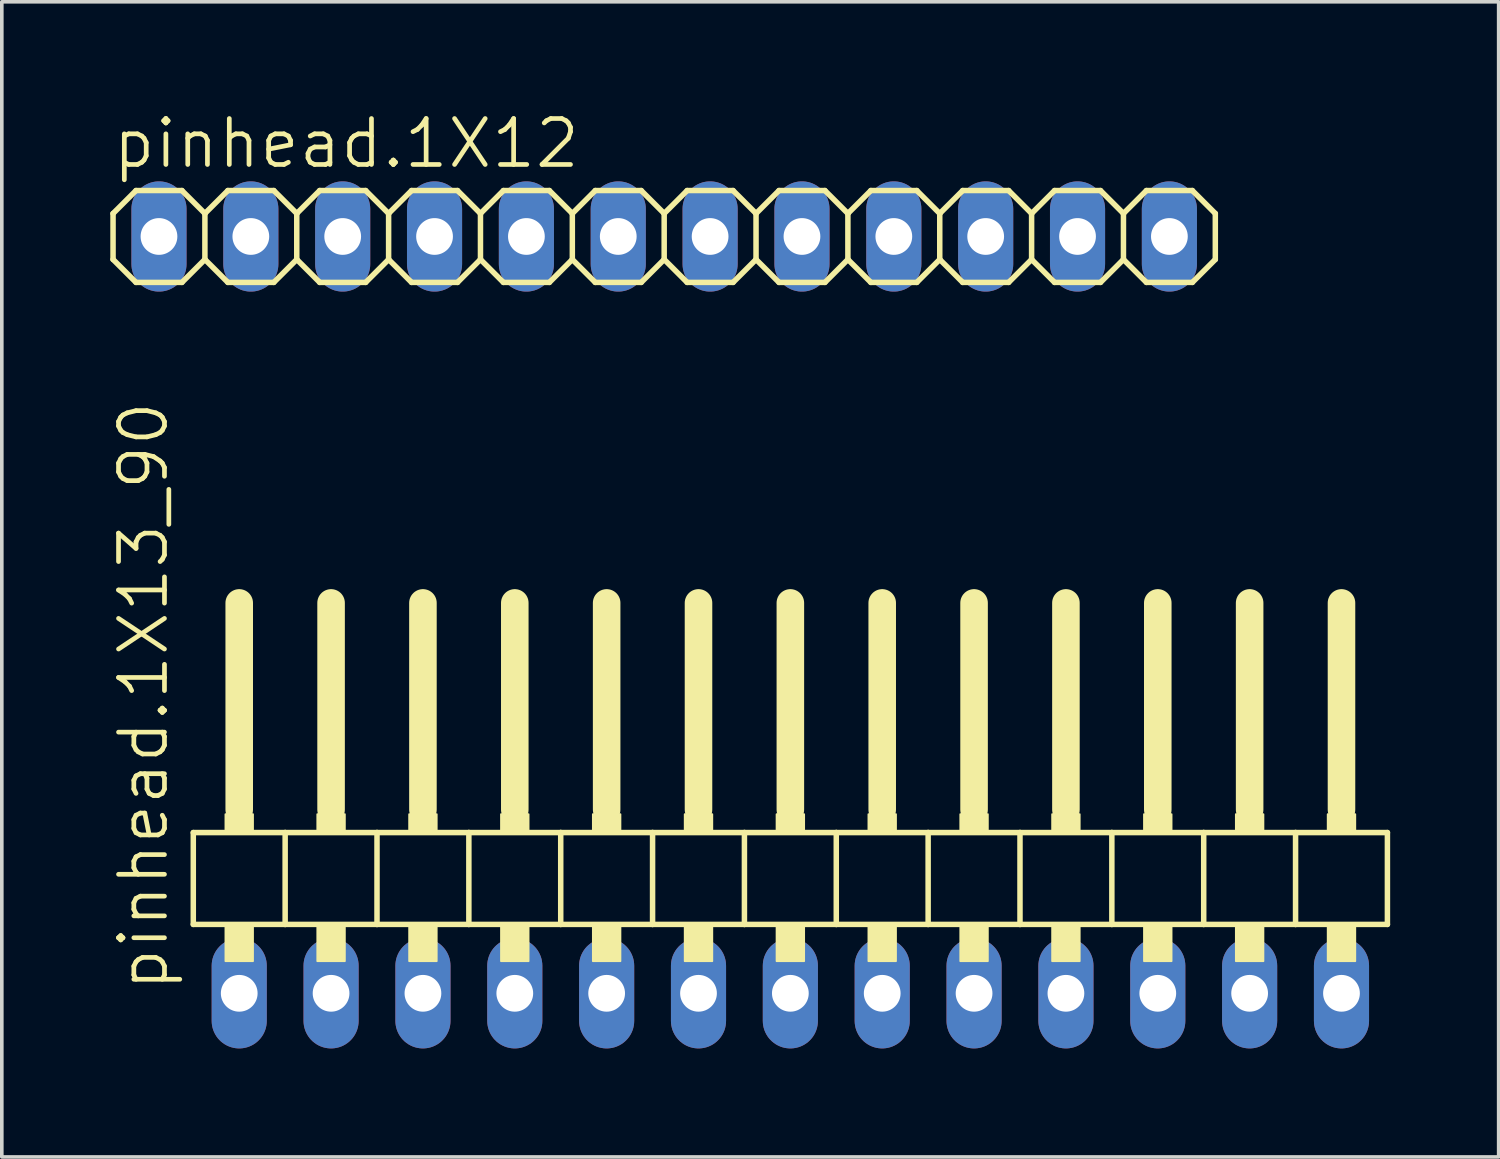
<source format=kicad_pcb>
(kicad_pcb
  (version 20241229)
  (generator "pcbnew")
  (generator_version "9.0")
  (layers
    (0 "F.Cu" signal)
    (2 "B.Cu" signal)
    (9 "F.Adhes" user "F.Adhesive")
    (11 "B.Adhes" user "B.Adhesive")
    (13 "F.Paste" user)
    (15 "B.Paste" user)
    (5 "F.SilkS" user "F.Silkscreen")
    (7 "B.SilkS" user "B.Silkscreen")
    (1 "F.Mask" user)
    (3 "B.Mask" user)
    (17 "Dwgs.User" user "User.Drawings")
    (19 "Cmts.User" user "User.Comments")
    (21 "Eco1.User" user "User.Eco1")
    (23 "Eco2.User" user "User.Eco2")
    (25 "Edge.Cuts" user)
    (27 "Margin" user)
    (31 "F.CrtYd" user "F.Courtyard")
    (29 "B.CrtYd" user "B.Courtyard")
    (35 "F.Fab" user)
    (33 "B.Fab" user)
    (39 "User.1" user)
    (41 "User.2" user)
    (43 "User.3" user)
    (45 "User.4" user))
  (footprint "pinhead.1X12"
    (layer "F.Cu")
    (at 15.316 3.489)
    (property "Reference" "pinhead.1X12" (at -15.316 -1.829 0) (layer "F.SilkS") (effects (font (size 1.27 1.27) (thickness 0.13)) (justify left bottom)))
    (attr through_hole)
    (fp_line (start -15.24 -0.635) (end -15.24 0.635) (stroke (width 0.152) (type default)) (layer "F.SilkS"))
    (fp_line (start -15.24 0.635) (end -14.605 1.27) (stroke (width 0.152) (type default)) (layer "F.SilkS"))
    (fp_line (start -14.605 -1.27) (end -15.24 -0.635) (stroke (width 0.152) (type default)) (layer "F.SilkS"))
    (fp_line (start -14.605 -1.27) (end -13.335 -1.27) (stroke (width 0.152) (type default)) (layer "F.SilkS"))
    (fp_line (start -13.335 -1.27) (end -12.7 -0.635) (stroke (width 0.152) (type default)) (layer "F.SilkS"))
    (fp_line (start -13.335 1.27) (end -14.605 1.27) (stroke (width 0.152) (type default)) (layer "F.SilkS"))
    (fp_line (start -12.7 -0.635) (end -12.7 0.635) (stroke (width 0.152) (type default)) (layer "F.SilkS"))
    (fp_line (start -12.7 -0.635) (end -12.065 -1.27) (stroke (width 0.152) (type default)) (layer "F.SilkS"))
    (fp_line (start -12.7 0.635) (end -13.335 1.27) (stroke (width 0.152) (type default)) (layer "F.SilkS"))
    (fp_line (start -12.065 -1.27) (end -10.795 -1.27) (stroke (width 0.152) (type default)) (layer "F.SilkS"))
    (fp_line (start -12.065 1.27) (end -12.7 0.635) (stroke (width 0.152) (type default)) (layer "F.SilkS"))
    (fp_line (start -10.795 -1.27) (end -10.16 -0.635) (stroke (width 0.152) (type default)) (layer "F.SilkS"))
    (fp_line (start -10.795 1.27) (end -12.065 1.27) (stroke (width 0.152) (type default)) (layer "F.SilkS"))
    (fp_line (start -10.16 -0.635) (end -10.16 0.635) (stroke (width 0.152) (type default)) (layer "F.SilkS"))
    (fp_line (start -10.16 -0.635) (end -9.525 -1.27) (stroke (width 0.152) (type default)) (layer "F.SilkS"))
    (fp_line (start -10.16 0.635) (end -10.795 1.27) (stroke (width 0.152) (type default)) (layer "F.SilkS"))
    (fp_line (start -9.525 -1.27) (end -8.255 -1.27) (stroke (width 0.152) (type default)) (layer "F.SilkS"))
    (fp_line (start -9.525 1.27) (end -10.16 0.635) (stroke (width 0.152) (type default)) (layer "F.SilkS"))
    (fp_line (start -8.255 -1.27) (end -7.62 -0.635) (stroke (width 0.152) (type default)) (layer "F.SilkS"))
    (fp_line (start -8.255 1.27) (end -9.525 1.27) (stroke (width 0.152) (type default)) (layer "F.SilkS"))
    (fp_line (start -7.62 -0.635) (end -7.62 0.635) (stroke (width 0.152) (type default)) (layer "F.SilkS"))
    (fp_line (start -7.62 0.635) (end -8.255 1.27) (stroke (width 0.152) (type default)) (layer "F.SilkS"))
    (fp_line (start -7.62 0.635) (end -6.985 1.27) (stroke (width 0.152) (type default)) (layer "F.SilkS"))
    (fp_line (start -6.985 -1.27) (end -7.62 -0.635) (stroke (width 0.152) (type default)) (layer "F.SilkS"))
    (fp_line (start -6.985 -1.27) (end -5.715 -1.27) (stroke (width 0.152) (type default)) (layer "F.SilkS"))
    (fp_line (start -5.715 -1.27) (end -5.08 -0.635) (stroke (width 0.152) (type default)) (layer "F.SilkS"))
    (fp_line (start -5.715 1.27) (end -6.985 1.27) (stroke (width 0.152) (type default)) (layer "F.SilkS"))
    (fp_line (start -5.08 -0.635) (end -5.08 0.635) (stroke (width 0.152) (type default)) (layer "F.SilkS"))
    (fp_line (start -5.08 -0.635) (end -4.445 -1.27) (stroke (width 0.152) (type default)) (layer "F.SilkS"))
    (fp_line (start -5.08 0.635) (end -5.715 1.27) (stroke (width 0.152) (type default)) (layer "F.SilkS"))
    (fp_line (start -4.445 -1.27) (end -3.175 -1.27) (stroke (width 0.152) (type default)) (layer "F.SilkS"))
    (fp_line (start -4.445 1.27) (end -5.08 0.635) (stroke (width 0.152) (type default)) (layer "F.SilkS"))
    (fp_line (start -3.175 -1.27) (end -2.54 -0.635) (stroke (width 0.152) (type default)) (layer "F.SilkS"))
    (fp_line (start -3.175 1.27) (end -4.445 1.27) (stroke (width 0.152) (type default)) (layer "F.SilkS"))
    (fp_line (start -2.54 -0.635) (end -2.54 0.635) (stroke (width 0.152) (type default)) (layer "F.SilkS"))
    (fp_line (start -2.54 -0.635) (end -1.905 -1.27) (stroke (width 0.152) (type default)) (layer "F.SilkS"))
    (fp_line (start -2.54 0.635) (end -3.175 1.27) (stroke (width 0.152) (type default)) (layer "F.SilkS"))
    (fp_line (start -1.905 -1.27) (end -0.635 -1.27) (stroke (width 0.152) (type default)) (layer "F.SilkS"))
    (fp_line (start -1.905 1.27) (end -2.54 0.635) (stroke (width 0.152) (type default)) (layer "F.SilkS"))
    (fp_line (start -0.635 -1.27) (end 0 -0.635) (stroke (width 0.152) (type default)) (layer "F.SilkS"))
    (fp_line (start -0.635 1.27) (end -1.905 1.27) (stroke (width 0.152) (type default)) (layer "F.SilkS"))
    (fp_line (start 0 -0.635) (end 0 0.635) (stroke (width 0.152) (type default)) (layer "F.SilkS"))
    (fp_line (start 0 0.635) (end -0.635 1.27) (stroke (width 0.152) (type default)) (layer "F.SilkS"))
    (fp_line (start 0 0.635) (end 0.635 1.27) (stroke (width 0.152) (type default)) (layer "F.SilkS"))
    (fp_line (start 0.635 -1.27) (end 0 -0.635) (stroke (width 0.152) (type default)) (layer "F.SilkS"))
    (fp_line (start 0.635 -1.27) (end 1.905 -1.27) (stroke (width 0.152) (type default)) (layer "F.SilkS"))
    (fp_line (start 1.905 -1.27) (end 2.54 -0.635) (stroke (width 0.152) (type default)) (layer "F.SilkS"))
    (fp_line (start 1.905 1.27) (end 0.635 1.27) (stroke (width 0.152) (type default)) (layer "F.SilkS"))
    (fp_line (start 2.54 -0.635) (end 2.54 0.635) (stroke (width 0.152) (type default)) (layer "F.SilkS"))
    (fp_line (start 2.54 -0.635) (end 3.175 -1.27) (stroke (width 0.152) (type default)) (layer "F.SilkS"))
    (fp_line (start 2.54 0.635) (end 1.905 1.27) (stroke (width 0.152) (type default)) (layer "F.SilkS"))
    (fp_line (start 3.175 -1.27) (end 4.445 -1.27) (stroke (width 0.152) (type default)) (layer "F.SilkS"))
    (fp_line (start 3.175 1.27) (end 2.54 0.635) (stroke (width 0.152) (type default)) (layer "F.SilkS"))
    (fp_line (start 4.445 -1.27) (end 5.08 -0.635) (stroke (width 0.152) (type default)) (layer "F.SilkS"))
    (fp_line (start 4.445 1.27) (end 3.175 1.27) (stroke (width 0.152) (type default)) (layer "F.SilkS"))
    (fp_line (start 5.08 -0.635) (end 5.08 0.635) (stroke (width 0.152) (type default)) (layer "F.SilkS"))
    (fp_line (start 5.08 -0.635) (end 5.715 -1.27) (stroke (width 0.152) (type default)) (layer "F.SilkS"))
    (fp_line (start 5.08 0.635) (end 4.445 1.27) (stroke (width 0.152) (type default)) (layer "F.SilkS"))
    (fp_line (start 5.715 -1.27) (end 6.985 -1.27) (stroke (width 0.152) (type default)) (layer "F.SilkS"))
    (fp_line (start 5.715 1.27) (end 5.08 0.635) (stroke (width 0.152) (type default)) (layer "F.SilkS"))
    (fp_line (start 6.985 -1.27) (end 7.62 -0.635) (stroke (width 0.152) (type default)) (layer "F.SilkS"))
    (fp_line (start 6.985 1.27) (end 5.715 1.27) (stroke (width 0.152) (type default)) (layer "F.SilkS"))
    (fp_line (start 7.62 -0.635) (end 7.62 0.635) (stroke (width 0.152) (type default)) (layer "F.SilkS"))
    (fp_line (start 7.62 0.635) (end 6.985 1.27) (stroke (width 0.152) (type default)) (layer "F.SilkS"))
    (fp_line (start 7.62 0.635) (end 8.255 1.27) (stroke (width 0.152) (type default)) (layer "F.SilkS"))
    (fp_line (start 8.255 -1.27) (end 7.62 -0.635) (stroke (width 0.152) (type default)) (layer "F.SilkS"))
    (fp_line (start 8.255 -1.27) (end 9.525 -1.27) (stroke (width 0.152) (type default)) (layer "F.SilkS"))
    (fp_line (start 9.525 -1.27) (end 10.16 -0.635) (stroke (width 0.152) (type default)) (layer "F.SilkS"))
    (fp_line (start 9.525 1.27) (end 8.255 1.27) (stroke (width 0.152) (type default)) (layer "F.SilkS"))
    (fp_line (start 10.16 -0.635) (end 10.16 0.635) (stroke (width 0.152) (type default)) (layer "F.SilkS"))
    (fp_line (start 10.16 -0.635) (end 10.795 -1.27) (stroke (width 0.152) (type default)) (layer "F.SilkS"))
    (fp_line (start 10.16 0.635) (end 9.525 1.27) (stroke (width 0.152) (type default)) (layer "F.SilkS"))
    (fp_line (start 10.795 -1.27) (end 12.065 -1.27) (stroke (width 0.152) (type default)) (layer "F.SilkS"))
    (fp_line (start 10.795 1.27) (end 10.16 0.635) (stroke (width 0.152) (type default)) (layer "F.SilkS"))
    (fp_line (start 12.065 -1.27) (end 12.7 -0.635) (stroke (width 0.152) (type default)) (layer "F.SilkS"))
    (fp_line (start 12.065 1.27) (end 10.795 1.27) (stroke (width 0.152) (type default)) (layer "F.SilkS"))
    (fp_line (start 12.7 -0.635) (end 12.7 0.635) (stroke (width 0.152) (type default)) (layer "F.SilkS"))
    (fp_line (start 12.7 -0.635) (end 13.335 -1.27) (stroke (width 0.152) (type default)) (layer "F.SilkS"))
    (fp_line (start 12.7 0.635) (end 12.065 1.27) (stroke (width 0.152) (type default)) (layer "F.SilkS"))
    (fp_line (start 13.335 -1.27) (end 14.605 -1.27) (stroke (width 0.152) (type default)) (layer "F.SilkS"))
    (fp_line (start 13.335 1.27) (end 12.7 0.635) (stroke (width 0.152) (type default)) (layer "F.SilkS"))
    (fp_line (start 14.605 -1.27) (end 15.24 -0.635) (stroke (width 0.152) (type default)) (layer "F.SilkS"))
    (fp_line (start 14.605 1.27) (end 13.335 1.27) (stroke (width 0.152) (type default)) (layer "F.SilkS"))
    (fp_line (start 15.24 -0.635) (end 15.24 0.635) (stroke (width 0.152) (type default)) (layer "F.SilkS"))
    (fp_line (start 15.24 0.635) (end 14.605 1.27) (stroke (width 0.152) (type default)) (layer "F.SilkS"))
    (fp_rect (start -14.224 0.254) (end -13.716 -0.254) (stroke (width 0.05) (type default)) (fill no) (layer "F.Fab"))
    (fp_rect (start -11.684 0.254) (end -11.176 -0.254) (stroke (width 0.05) (type default)) (fill no) (layer "F.Fab"))
    (fp_rect (start -9.144 0.254) (end -8.636 -0.254) (stroke (width 0.05) (type default)) (fill no) (layer "F.Fab"))
    (fp_rect (start -6.604 0.254) (end -6.096 -0.254) (stroke (width 0.05) (type default)) (fill no) (layer "F.Fab"))
    (fp_rect (start -4.064 0.254) (end -3.556 -0.254) (stroke (width 0.05) (type default)) (fill no) (layer "F.Fab"))
    (fp_rect (start -1.524 0.254) (end -1.016 -0.254) (stroke (width 0.05) (type default)) (fill no) (layer "F.Fab"))
    (fp_rect (start 1.016 0.254) (end 1.524 -0.254) (stroke (width 0.05) (type default)) (fill no) (layer "F.Fab"))
    (fp_rect (start 3.556 0.254) (end 4.064 -0.254) (stroke (width 0.05) (type default)) (fill no) (layer "F.Fab"))
    (fp_rect (start 6.096 0.254) (end 6.604 -0.254) (stroke (width 0.05) (type default)) (fill no) (layer "F.Fab"))
    (fp_rect (start 8.636 0.254) (end 9.144 -0.254) (stroke (width 0.05) (type default)) (fill no) (layer "F.Fab"))
    (fp_rect (start 11.176 0.254) (end 11.684 -0.254) (stroke (width 0.05) (type default)) (fill no) (layer "F.Fab"))
    (fp_rect (start 13.716 0.254) (end 14.224 -0.254) (stroke (width 0.05) (type default)) (fill no) (layer "F.Fab"))
    (pad "1" thru_hole oval (at -13.97 0 90) (size 3.048 1.524) (drill 1.016) (layers "*.Cu" "*.Mask"))
    (pad "2" thru_hole oval (at -11.43 0 90) (size 3.048 1.524) (drill 1.016) (layers "*.Cu" "*.Mask"))
    (pad "3" thru_hole oval (at -8.89 0 90) (size 3.048 1.524) (drill 1.016) (layers "*.Cu" "*.Mask"))
    (pad "4" thru_hole oval (at -6.35 0 90) (size 3.048 1.524) (drill 1.016) (layers "*.Cu" "*.Mask"))
    (pad "5" thru_hole oval (at -3.81 0 90) (size 3.048 1.524) (drill 1.016) (layers "*.Cu" "*.Mask"))
    (pad "6" thru_hole oval (at -1.27 0 90) (size 3.048 1.524) (drill 1.016) (layers "*.Cu" "*.Mask"))
    (pad "7" thru_hole oval (at 1.27 0 90) (size 3.048 1.524) (drill 1.016) (layers "*.Cu" "*.Mask"))
    (pad "8" thru_hole oval (at 3.81 0 90) (size 3.048 1.524) (drill 1.016) (layers "*.Cu" "*.Mask"))
    (pad "9" thru_hole oval (at 6.35 0 90) (size 3.048 1.524) (drill 1.016) (layers "*.Cu" "*.Mask"))
    (pad "10" thru_hole oval (at 8.89 0 90) (size 3.048 1.524) (drill 1.016) (layers "*.Cu" "*.Mask"))
    (pad "11" thru_hole oval (at 11.43 0 90) (size 3.048 1.524) (drill 1.016) (layers "*.Cu" "*.Mask"))
    (pad "12" thru_hole oval (at 13.97 0 90) (size 3.048 1.524) (drill 1.016) (layers "*.Cu" "*.Mask")))
  (footprint "pinhead.1X13_90"
    (layer "F.Cu")
    (at 18.805 20.607)
    (property "Reference" "pinhead.1X13_90" (at -17.145 3.81 90) (layer "F.SilkS") (effects (font (size 1.27 1.27) (thickness 0.13)) (justify left bottom)))
    (attr through_hole)
    (fp_line (start -16.51 -0.635) (end -16.51 1.905) (stroke (width 0.152) (type default)) (layer "F.SilkS"))
    (fp_line (start -16.51 1.905) (end -13.97 1.905) (stroke (width 0.152) (type default)) (layer "F.SilkS"))
    (fp_line (start -15.24 -6.985) (end -15.24 -1.27) (stroke (width 0.762) (type default)) (layer "F.SilkS"))
    (fp_line (start -13.97 -0.635) (end -16.51 -0.635) (stroke (width 0.152) (type default)) (layer "F.SilkS"))
    (fp_line (start -13.97 1.905) (end -13.97 -0.635) (stroke (width 0.152) (type default)) (layer "F.SilkS"))
    (fp_line (start -13.97 1.905) (end -11.43 1.905) (stroke (width 0.152) (type default)) (layer "F.SilkS"))
    (fp_line (start -12.7 -6.985) (end -12.7 -1.27) (stroke (width 0.762) (type default)) (layer "F.SilkS"))
    (fp_line (start -11.43 -0.635) (end -13.97 -0.635) (stroke (width 0.152) (type default)) (layer "F.SilkS"))
    (fp_line (start -11.43 1.905) (end -11.43 -0.635) (stroke (width 0.152) (type default)) (layer "F.SilkS"))
    (fp_line (start -11.43 1.905) (end -8.89 1.905) (stroke (width 0.152) (type default)) (layer "F.SilkS"))
    (fp_line (start -10.16 -6.985) (end -10.16 -1.27) (stroke (width 0.762) (type default)) (layer "F.SilkS"))
    (fp_line (start -8.89 -0.635) (end -11.43 -0.635) (stroke (width 0.152) (type default)) (layer "F.SilkS"))
    (fp_line (start -8.89 1.905) (end -8.89 -0.635) (stroke (width 0.152) (type default)) (layer "F.SilkS"))
    (fp_line (start -8.89 1.905) (end -6.35 1.905) (stroke (width 0.152) (type default)) (layer "F.SilkS"))
    (fp_line (start -7.62 -6.985) (end -7.62 -1.27) (stroke (width 0.762) (type default)) (layer "F.SilkS"))
    (fp_line (start -6.35 -0.635) (end -8.89 -0.635) (stroke (width 0.152) (type default)) (layer "F.SilkS"))
    (fp_line (start -6.35 1.905) (end -6.35 -0.635) (stroke (width 0.152) (type default)) (layer "F.SilkS"))
    (fp_line (start -6.35 1.905) (end -3.81 1.905) (stroke (width 0.152) (type default)) (layer "F.SilkS"))
    (fp_line (start -5.08 -6.985) (end -5.08 -1.27) (stroke (width 0.762) (type default)) (layer "F.SilkS"))
    (fp_line (start -3.81 -0.635) (end -6.35 -0.635) (stroke (width 0.152) (type default)) (layer "F.SilkS"))
    (fp_line (start -3.81 1.905) (end -3.81 -0.635) (stroke (width 0.152) (type default)) (layer "F.SilkS"))
    (fp_line (start -3.81 1.905) (end -1.27 1.905) (stroke (width 0.152) (type default)) (layer "F.SilkS"))
    (fp_line (start -2.54 -6.985) (end -2.54 -1.27) (stroke (width 0.762) (type default)) (layer "F.SilkS"))
    (fp_line (start -1.27 -0.635) (end -3.81 -0.635) (stroke (width 0.152) (type default)) (layer "F.SilkS"))
    (fp_line (start -1.27 1.905) (end -1.27 -0.635) (stroke (width 0.152) (type default)) (layer "F.SilkS"))
    (fp_line (start -1.27 1.905) (end 1.27 1.905) (stroke (width 0.152) (type default)) (layer "F.SilkS"))
    (fp_line (start 0 -6.985) (end 0 -1.27) (stroke (width 0.762) (type default)) (layer "F.SilkS"))
    (fp_line (start 1.27 -0.635) (end -1.27 -0.635) (stroke (width 0.152) (type default)) (layer "F.SilkS"))
    (fp_line (start 1.27 1.905) (end 1.27 -0.635) (stroke (width 0.152) (type default)) (layer "F.SilkS"))
    (fp_line (start 1.27 1.905) (end 3.81 1.905) (stroke (width 0.152) (type default)) (layer "F.SilkS"))
    (fp_line (start 2.54 -6.985) (end 2.54 -1.27) (stroke (width 0.762) (type default)) (layer "F.SilkS"))
    (fp_line (start 3.81 -0.635) (end 1.27 -0.635) (stroke (width 0.152) (type default)) (layer "F.SilkS"))
    (fp_line (start 3.81 1.905) (end 3.81 -0.635) (stroke (width 0.152) (type default)) (layer "F.SilkS"))
    (fp_line (start 3.81 1.905) (end 6.35 1.905) (stroke (width 0.152) (type default)) (layer "F.SilkS"))
    (fp_line (start 5.08 -6.985) (end 5.08 -1.27) (stroke (width 0.762) (type default)) (layer "F.SilkS"))
    (fp_line (start 6.35 -0.635) (end 3.81 -0.635) (stroke (width 0.152) (type default)) (layer "F.SilkS"))
    (fp_line (start 6.35 1.905) (end 6.35 -0.635) (stroke (width 0.152) (type default)) (layer "F.SilkS"))
    (fp_line (start 6.35 1.905) (end 8.89 1.905) (stroke (width 0.152) (type default)) (layer "F.SilkS"))
    (fp_line (start 7.62 -6.985) (end 7.62 -1.27) (stroke (width 0.762) (type default)) (layer "F.SilkS"))
    (fp_line (start 8.89 -0.635) (end 6.35 -0.635) (stroke (width 0.152) (type default)) (layer "F.SilkS"))
    (fp_line (start 8.89 1.905) (end 8.89 -0.635) (stroke (width 0.152) (type default)) (layer "F.SilkS"))
    (fp_line (start 8.89 1.905) (end 11.43 1.905) (stroke (width 0.152) (type default)) (layer "F.SilkS"))
    (fp_line (start 10.16 -6.985) (end 10.16 -1.27) (stroke (width 0.762) (type default)) (layer "F.SilkS"))
    (fp_line (start 11.43 -0.635) (end 8.89 -0.635) (stroke (width 0.152) (type default)) (layer "F.SilkS"))
    (fp_line (start 11.43 1.905) (end 11.43 -0.635) (stroke (width 0.152) (type default)) (layer "F.SilkS"))
    (fp_line (start 11.43 1.905) (end 13.97 1.905) (stroke (width 0.152) (type default)) (layer "F.SilkS"))
    (fp_line (start 12.7 -6.985) (end 12.7 -1.27) (stroke (width 0.762) (type default)) (layer "F.SilkS"))
    (fp_line (start 13.97 -0.635) (end 11.43 -0.635) (stroke (width 0.152) (type default)) (layer "F.SilkS"))
    (fp_line (start 13.97 1.905) (end 13.97 -0.635) (stroke (width 0.152) (type default)) (layer "F.SilkS"))
    (fp_line (start 13.97 1.905) (end 16.51 1.905) (stroke (width 0.152) (type default)) (layer "F.SilkS"))
    (fp_line (start 15.24 -6.985) (end 15.24 -1.27) (stroke (width 0.762) (type default)) (layer "F.SilkS"))
    (fp_line (start 16.51 -0.635) (end 13.97 -0.635) (stroke (width 0.152) (type default)) (layer "F.SilkS"))
    (fp_line (start 16.51 1.905) (end 16.51 -0.635) (stroke (width 0.152) (type default)) (layer "F.SilkS"))
    (fp_rect (start -15.621 -0.635) (end -14.859 -1.143) (stroke (width 0.05) (type default)) (fill yes) (layer "F.SilkS"))
    (fp_rect (start -15.621 2.921) (end -14.859 1.905) (stroke (width 0.05) (type default)) (fill yes) (layer "F.SilkS"))
    (fp_rect (start -13.081 -0.635) (end -12.319 -1.143) (stroke (width 0.05) (type default)) (fill yes) (layer "F.SilkS"))
    (fp_rect (start -13.081 2.921) (end -12.319 1.905) (stroke (width 0.05) (type default)) (fill yes) (layer "F.SilkS"))
    (fp_rect (start -10.541 -0.635) (end -9.779 -1.143) (stroke (width 0.05) (type default)) (fill yes) (layer "F.SilkS"))
    (fp_rect (start -10.541 2.921) (end -9.779 1.905) (stroke (width 0.05) (type default)) (fill yes) (layer "F.SilkS"))
    (fp_rect (start -8.001 -0.635) (end -7.239 -1.143) (stroke (width 0.05) (type default)) (fill yes) (layer "F.SilkS"))
    (fp_rect (start -8.001 2.921) (end -7.239 1.905) (stroke (width 0.05) (type default)) (fill yes) (layer "F.SilkS"))
    (fp_rect (start -5.461 -0.635) (end -4.699 -1.143) (stroke (width 0.05) (type default)) (fill yes) (layer "F.SilkS"))
    (fp_rect (start -5.461 2.921) (end -4.699 1.905) (stroke (width 0.05) (type default)) (fill yes) (layer "F.SilkS"))
    (fp_rect (start -2.921 -0.635) (end -2.159 -1.143) (stroke (width 0.05) (type default)) (fill yes) (layer "F.SilkS"))
    (fp_rect (start -2.921 2.921) (end -2.159 1.905) (stroke (width 0.05) (type default)) (fill yes) (layer "F.SilkS"))
    (fp_rect (start -0.381 -0.635) (end 0.381 -1.143) (stroke (width 0.05) (type default)) (fill yes) (layer "F.SilkS"))
    (fp_rect (start -0.381 2.921) (end 0.381 1.905) (stroke (width 0.05) (type default)) (fill yes) (layer "F.SilkS"))
    (fp_rect (start 2.159 -0.635) (end 2.921 -1.143) (stroke (width 0.05) (type default)) (fill yes) (layer "F.SilkS"))
    (fp_rect (start 2.159 2.921) (end 2.921 1.905) (stroke (width 0.05) (type default)) (fill yes) (layer "F.SilkS"))
    (fp_rect (start 4.699 -0.635) (end 5.461 -1.143) (stroke (width 0.05) (type default)) (fill yes) (layer "F.SilkS"))
    (fp_rect (start 4.699 2.921) (end 5.461 1.905) (stroke (width 0.05) (type default)) (fill yes) (layer "F.SilkS"))
    (fp_rect (start 7.239 -0.635) (end 8.001 -1.143) (stroke (width 0.05) (type default)) (fill yes) (layer "F.SilkS"))
    (fp_rect (start 7.239 2.921) (end 8.001 1.905) (stroke (width 0.05) (type default)) (fill yes) (layer "F.SilkS"))
    (fp_rect (start 9.779 -0.635) (end 10.541 -1.143) (stroke (width 0.05) (type default)) (fill yes) (layer "F.SilkS"))
    (fp_rect (start 9.779 2.921) (end 10.541 1.905) (stroke (width 0.05) (type default)) (fill yes) (layer "F.SilkS"))
    (fp_rect (start 12.319 -0.635) (end 13.081 -1.143) (stroke (width 0.05) (type default)) (fill yes) (layer "F.SilkS"))
    (fp_rect (start 12.319 2.921) (end 13.081 1.905) (stroke (width 0.05) (type default)) (fill yes) (layer "F.SilkS"))
    (fp_rect (start 14.859 -0.635) (end 15.621 -1.143) (stroke (width 0.05) (type default)) (fill yes) (layer "F.SilkS"))
    (fp_rect (start 14.859 2.921) (end 15.621 1.905) (stroke (width 0.05) (type default)) (fill yes) (layer "F.SilkS"))
    (pad "1" thru_hole oval (at -15.24 3.81 90) (size 3.048 1.524) (drill 1.016) (layers "*.Cu" "*.Mask"))
    (pad "2" thru_hole oval (at -12.7 3.81 90) (size 3.048 1.524) (drill 1.016) (layers "*.Cu" "*.Mask"))
    (pad "3" thru_hole oval (at -10.16 3.81 90) (size 3.048 1.524) (drill 1.016) (layers "*.Cu" "*.Mask"))
    (pad "4" thru_hole oval (at -7.62 3.81 90) (size 3.048 1.524) (drill 1.016) (layers "*.Cu" "*.Mask"))
    (pad "5" thru_hole oval (at -5.08 3.81 90) (size 3.048 1.524) (drill 1.016) (layers "*.Cu" "*.Mask"))
    (pad "6" thru_hole oval (at -2.54 3.81 90) (size 3.048 1.524) (drill 1.016) (layers "*.Cu" "*.Mask"))
    (pad "7" thru_hole oval (at 0 3.81 90) (size 3.048 1.524) (drill 1.016) (layers "*.Cu" "*.Mask"))
    (pad "8" thru_hole oval (at 2.54 3.81 90) (size 3.048 1.524) (drill 1.016) (layers "*.Cu" "*.Mask"))
    (pad "9" thru_hole oval (at 5.08 3.81 90) (size 3.048 1.524) (drill 1.016) (layers "*.Cu" "*.Mask"))
    (pad "10" thru_hole oval (at 7.62 3.81 90) (size 3.048 1.524) (drill 1.016) (layers "*.Cu" "*.Mask"))
    (pad "11" thru_hole oval (at 10.16 3.81 90) (size 3.048 1.524) (drill 1.016) (layers "*.Cu" "*.Mask"))
    (pad "12" thru_hole oval (at 12.7 3.81 90) (size 3.048 1.524) (drill 1.016) (layers "*.Cu" "*.Mask"))
    (pad "13" thru_hole oval (at 15.24 3.81 90) (size 3.048 1.524) (drill 1.016) (layers "*.Cu" "*.Mask")))
  (gr_rect
    (start -3 -3)
    (end 38.391 28.941)
    (stroke (width 0.1) (type default))
    (fill no)
    (layer "Edge.Cuts")))
</source>
